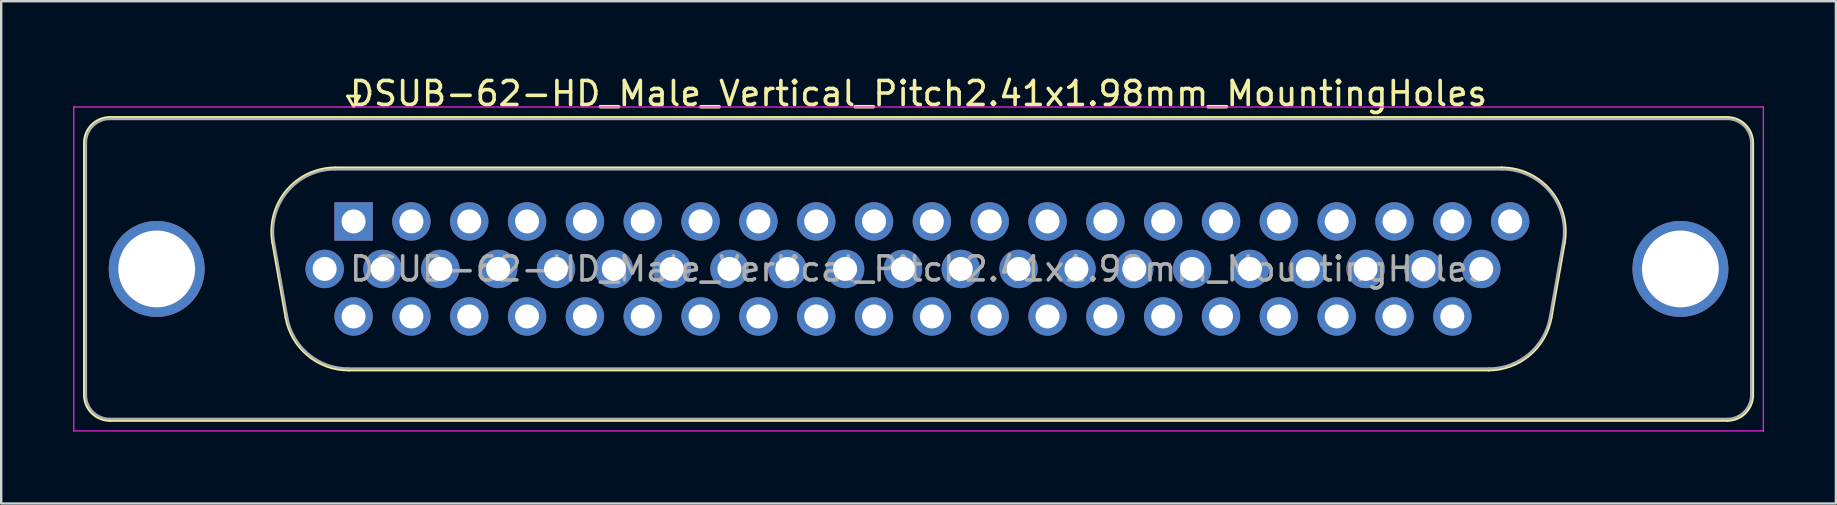
<source format=kicad_pcb>
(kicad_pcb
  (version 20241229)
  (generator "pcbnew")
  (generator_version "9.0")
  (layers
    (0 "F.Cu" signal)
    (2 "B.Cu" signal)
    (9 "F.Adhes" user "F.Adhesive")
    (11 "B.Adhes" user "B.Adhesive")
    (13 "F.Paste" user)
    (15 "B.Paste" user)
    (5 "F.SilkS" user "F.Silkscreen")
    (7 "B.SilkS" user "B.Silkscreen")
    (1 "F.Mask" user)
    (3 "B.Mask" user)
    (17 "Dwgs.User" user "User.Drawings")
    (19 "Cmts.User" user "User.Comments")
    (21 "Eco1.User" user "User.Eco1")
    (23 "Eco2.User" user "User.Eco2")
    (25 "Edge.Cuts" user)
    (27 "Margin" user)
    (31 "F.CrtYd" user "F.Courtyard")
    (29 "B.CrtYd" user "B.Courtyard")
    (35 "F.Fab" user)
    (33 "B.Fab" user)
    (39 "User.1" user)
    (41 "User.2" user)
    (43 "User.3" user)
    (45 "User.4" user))
  (footprint "DSUB-62-HD_Male_Vertical_Pitch2.41x1.98mm_MountingHoles"
    (layer "F.Cu")
    (at 11.685 6.178)
    (property "Reference" "DSUB-62-HD_Male_Vertical_Pitch2.41x1.98mm_MountingHoles" (at 23.545 -5.33 0) (layer "F.SilkS") (effects (font (size 1 1) (thickness 0.15))))
    (attr through_hole)
    (fp_line (start -11.215 7.23) (end -11.215 -3.27) (stroke (width 0.12) (type solid)) (layer "F.SilkS"))
    (fp_line (start -10.155 -4.33) (end 57.245 -4.33) (stroke (width 0.12) (type solid)) (layer "F.SilkS"))
    (fp_line (start -3.367 0.88) (end -2.816 4) (stroke (width 0.12) (type solid)) (layer "F.SilkS"))
    (fp_line (start -0.757 -2.23) (end 47.847 -2.23) (stroke (width 0.12) (type solid)) (layer "F.SilkS"))
    (fp_line (start -0.25 -5.224) (end 0.25 -5.224) (stroke (width 0.12) (type solid)) (layer "F.SilkS"))
    (fp_line (start -0.207 6.19) (end 47.297 6.19) (stroke (width 0.12) (type solid)) (layer "F.SilkS"))
    (fp_line (start 0 -4.791) (end -0.25 -5.224) (stroke (width 0.12) (type solid)) (layer "F.SilkS"))
    (fp_line (start 0.25 -5.224) (end 0 -4.791) (stroke (width 0.12) (type solid)) (layer "F.SilkS"))
    (fp_line (start 50.457 0.88) (end 49.906 4) (stroke (width 0.12) (type solid)) (layer "F.SilkS"))
    (fp_line (start 57.245 8.29) (end -10.155 8.29) (stroke (width 0.12) (type solid)) (layer "F.SilkS"))
    (fp_line (start 58.305 -3.27) (end 58.305 7.23) (stroke (width 0.12) (type solid)) (layer "F.SilkS"))
    (fp_arc (start -11.215 -3.27) (mid -10.904533 -4.019533) (end -10.155 -4.33) (stroke (width 0.12) (type solid)) (layer "F.SilkS"))
    (fp_arc (start -10.155 8.29) (mid -10.904533 7.979533) (end -11.215 7.23) (stroke (width 0.12) (type solid)) (layer "F.SilkS"))
    (fp_arc (start -3.366594 0.880168) (mid -2.786871 -1.283387) (end -0.756853 -2.23) (stroke (width 0.12) (type solid)) (layer "F.SilkS"))
    (fp_arc (start -0.206713 6.19) (mid -1.9101 5.570018) (end -2.816454 4.000168) (stroke (width 0.12) (type solid)) (layer "F.SilkS"))
    (fp_arc (start 47.846853 -2.23) (mid 49.876871 -1.283387) (end 50.456594 0.880168) (stroke (width 0.12) (type solid)) (layer "F.SilkS"))
    (fp_arc (start 49.906454 4.000168) (mid 49.0001 5.570018) (end 47.296713 6.19) (stroke (width 0.12) (type solid)) (layer "F.SilkS"))
    (fp_arc (start 57.245 -4.33) (mid 57.994533 -4.019533) (end 58.305 -3.27) (stroke (width 0.12) (type solid)) (layer "F.SilkS"))
    (fp_arc (start 58.305 7.23) (mid 57.994533 7.979533) (end 57.245 8.29) (stroke (width 0.12) (type solid)) (layer "F.SilkS"))
    (fp_line (start -11.66 -4.77) (end -11.66 8.73) (stroke (width 0.05) (type solid)) (layer "F.CrtYd"))
    (fp_line (start -11.66 8.73) (end 58.75 8.73) (stroke (width 0.05) (type solid)) (layer "F.CrtYd"))
    (fp_line (start 58.75 -4.77) (end -11.66 -4.77) (stroke (width 0.05) (type solid)) (layer "F.CrtYd"))
    (fp_line (start 58.75 8.73) (end 58.75 -4.77) (stroke (width 0.05) (type solid)) (layer "F.CrtYd"))
    (fp_line (start -11.155 7.23) (end -11.155 -3.27) (stroke (width 0.1) (type solid)) (layer "F.Fab"))
    (fp_line (start -10.155 -4.27) (end 57.245 -4.27) (stroke (width 0.1) (type solid)) (layer "F.Fab"))
    (fp_line (start -3.319 0.87) (end -2.769 3.99) (stroke (width 0.1) (type solid)) (layer "F.Fab"))
    (fp_line (start -0.768 -2.17) (end 47.858 -2.17) (stroke (width 0.1) (type solid)) (layer "F.Fab"))
    (fp_line (start -0.218 6.13) (end 47.308 6.13) (stroke (width 0.1) (type solid)) (layer "F.Fab"))
    (fp_line (start 50.409 0.87) (end 49.859 3.99) (stroke (width 0.1) (type solid)) (layer "F.Fab"))
    (fp_line (start 57.245 8.23) (end -10.155 8.23) (stroke (width 0.1) (type solid)) (layer "F.Fab"))
    (fp_line (start 58.245 -3.27) (end 58.245 7.23) (stroke (width 0.1) (type solid)) (layer "F.Fab"))
    (fp_arc (start -11.155 -3.27) (mid -10.862107 -3.977107) (end -10.155 -4.27) (stroke (width 0.1) (type solid)) (layer "F.Fab"))
    (fp_arc (start -10.155 8.23) (mid -10.862107 7.937107) (end -11.155 7.23) (stroke (width 0.1) (type solid)) (layer "F.Fab"))
    (fp_arc (start -3.31901 0.869749) (mid -2.752413 -1.24482) (end -0.768358 -2.17) (stroke (width 0.1) (type solid)) (layer "F.Fab"))
    (fp_arc (start -0.218218 6.13) (mid -1.883038 5.524055) (end -2.76887 3.989749) (stroke (width 0.1) (type solid)) (layer "F.Fab"))
    (fp_arc (start 47.858358 -2.17) (mid 49.842413 -1.24482) (end 50.40901 0.869749) (stroke (width 0.1) (type solid)) (layer "F.Fab"))
    (fp_arc (start 49.85887 3.989749) (mid 48.973038 5.524055) (end 47.308218 6.13) (stroke (width 0.1) (type solid)) (layer "F.Fab"))
    (fp_arc (start 57.245 -4.27) (mid 57.952107 -3.977107) (end 58.245 -3.27) (stroke (width 0.1) (type solid)) (layer "F.Fab"))
    (fp_arc (start 58.245 7.23) (mid 57.952107 7.937107) (end 57.245 8.23) (stroke (width 0.1) (type solid)) (layer "F.Fab"))
    (fp_text user "${REFERENCE}" (at 23.545 1.98 0) (layer "F.Fab") (effects (font (size 1 1) (thickness 0.15))))
    (pad "0" thru_hole circle (at -8.205 1.98) (size 4 4) (drill 3.2) (layers "*.Cu" "*.Mask"))
    (pad "0" thru_hole circle (at 55.295 1.98) (size 4 4) (drill 3.2) (layers "*.Cu" "*.Mask"))
    (pad "1" thru_hole rect (at 0 0) (size 1.6 1.6) (drill 1) (layers "*.Cu" "*.Mask"))
    (pad "2" thru_hole circle (at 2.41 0) (size 1.6 1.6) (drill 1) (layers "*.Cu" "*.Mask"))
    (pad "3" thru_hole circle (at 4.82 0) (size 1.6 1.6) (drill 1) (layers "*.Cu" "*.Mask"))
    (pad "4" thru_hole circle (at 7.23 0) (size 1.6 1.6) (drill 1) (layers "*.Cu" "*.Mask"))
    (pad "5" thru_hole circle (at 9.64 0) (size 1.6 1.6) (drill 1) (layers "*.Cu" "*.Mask"))
    (pad "6" thru_hole circle (at 12.05 0) (size 1.6 1.6) (drill 1) (layers "*.Cu" "*.Mask"))
    (pad "7" thru_hole circle (at 14.46 0) (size 1.6 1.6) (drill 1) (layers "*.Cu" "*.Mask"))
    (pad "8" thru_hole circle (at 16.87 0) (size 1.6 1.6) (drill 1) (layers "*.Cu" "*.Mask"))
    (pad "9" thru_hole circle (at 19.28 0) (size 1.6 1.6) (drill 1) (layers "*.Cu" "*.Mask"))
    (pad "10" thru_hole circle (at 21.69 0) (size 1.6 1.6) (drill 1) (layers "*.Cu" "*.Mask"))
    (pad "11" thru_hole circle (at 24.1 0) (size 1.6 1.6) (drill 1) (layers "*.Cu" "*.Mask"))
    (pad "12" thru_hole circle (at 26.51 0) (size 1.6 1.6) (drill 1) (layers "*.Cu" "*.Mask"))
    (pad "13" thru_hole circle (at 28.92 0) (size 1.6 1.6) (drill 1) (layers "*.Cu" "*.Mask"))
    (pad "14" thru_hole circle (at 31.33 0) (size 1.6 1.6) (drill 1) (layers "*.Cu" "*.Mask"))
    (pad "15" thru_hole circle (at 33.74 0) (size 1.6 1.6) (drill 1) (layers "*.Cu" "*.Mask"))
    (pad "16" thru_hole circle (at 36.15 0) (size 1.6 1.6) (drill 1) (layers "*.Cu" "*.Mask"))
    (pad "17" thru_hole circle (at 38.56 0) (size 1.6 1.6) (drill 1) (layers "*.Cu" "*.Mask"))
    (pad "18" thru_hole circle (at 40.97 0) (size 1.6 1.6) (drill 1) (layers "*.Cu" "*.Mask"))
    (pad "19" thru_hole circle (at 43.38 0) (size 1.6 1.6) (drill 1) (layers "*.Cu" "*.Mask"))
    (pad "20" thru_hole circle (at 45.79 0) (size 1.6 1.6) (drill 1) (layers "*.Cu" "*.Mask"))
    (pad "21" thru_hole circle (at 48.2 0) (size 1.6 1.6) (drill 1) (layers "*.Cu" "*.Mask"))
    (pad "22" thru_hole circle (at -1.205 1.98) (size 1.6 1.6) (drill 1) (layers "*.Cu" "*.Mask"))
    (pad "23" thru_hole circle (at 1.205 1.98) (size 1.6 1.6) (drill 1) (layers "*.Cu" "*.Mask"))
    (pad "24" thru_hole circle (at 3.615 1.98) (size 1.6 1.6) (drill 1) (layers "*.Cu" "*.Mask"))
    (pad "25" thru_hole circle (at 6.025 1.98) (size 1.6 1.6) (drill 1) (layers "*.Cu" "*.Mask"))
    (pad "26" thru_hole circle (at 8.435 1.98) (size 1.6 1.6) (drill 1) (layers "*.Cu" "*.Mask"))
    (pad "27" thru_hole circle (at 10.845 1.98) (size 1.6 1.6) (drill 1) (layers "*.Cu" "*.Mask"))
    (pad "28" thru_hole circle (at 13.255 1.98) (size 1.6 1.6) (drill 1) (layers "*.Cu" "*.Mask"))
    (pad "29" thru_hole circle (at 15.665 1.98) (size 1.6 1.6) (drill 1) (layers "*.Cu" "*.Mask"))
    (pad "30" thru_hole circle (at 18.075 1.98) (size 1.6 1.6) (drill 1) (layers "*.Cu" "*.Mask"))
    (pad "31" thru_hole circle (at 20.485 1.98) (size 1.6 1.6) (drill 1) (layers "*.Cu" "*.Mask"))
    (pad "32" thru_hole circle (at 22.895 1.98) (size 1.6 1.6) (drill 1) (layers "*.Cu" "*.Mask"))
    (pad "33" thru_hole circle (at 25.305 1.98) (size 1.6 1.6) (drill 1) (layers "*.Cu" "*.Mask"))
    (pad "34" thru_hole circle (at 27.715 1.98) (size 1.6 1.6) (drill 1) (layers "*.Cu" "*.Mask"))
    (pad "35" thru_hole circle (at 30.125 1.98) (size 1.6 1.6) (drill 1) (layers "*.Cu" "*.Mask"))
    (pad "36" thru_hole circle (at 32.535 1.98) (size 1.6 1.6) (drill 1) (layers "*.Cu" "*.Mask"))
    (pad "37" thru_hole circle (at 34.945 1.98) (size 1.6 1.6) (drill 1) (layers "*.Cu" "*.Mask"))
    (pad "38" thru_hole circle (at 37.355 1.98) (size 1.6 1.6) (drill 1) (layers "*.Cu" "*.Mask"))
    (pad "39" thru_hole circle (at 39.765 1.98) (size 1.6 1.6) (drill 1) (layers "*.Cu" "*.Mask"))
    (pad "40" thru_hole circle (at 42.175 1.98) (size 1.6 1.6) (drill 1) (layers "*.Cu" "*.Mask"))
    (pad "41" thru_hole circle (at 44.585 1.98) (size 1.6 1.6) (drill 1) (layers "*.Cu" "*.Mask"))
    (pad "42" thru_hole circle (at 46.995 1.98) (size 1.6 1.6) (drill 1) (layers "*.Cu" "*.Mask"))
    (pad "43" thru_hole circle (at 0 3.96) (size 1.6 1.6) (drill 1) (layers "*.Cu" "*.Mask"))
    (pad "44" thru_hole circle (at 2.41 3.96) (size 1.6 1.6) (drill 1) (layers "*.Cu" "*.Mask"))
    (pad "45" thru_hole circle (at 4.82 3.96) (size 1.6 1.6) (drill 1) (layers "*.Cu" "*.Mask"))
    (pad "46" thru_hole circle (at 7.23 3.96) (size 1.6 1.6) (drill 1) (layers "*.Cu" "*.Mask"))
    (pad "47" thru_hole circle (at 9.64 3.96) (size 1.6 1.6) (drill 1) (layers "*.Cu" "*.Mask"))
    (pad "48" thru_hole circle (at 12.05 3.96) (size 1.6 1.6) (drill 1) (layers "*.Cu" "*.Mask"))
    (pad "49" thru_hole circle (at 14.46 3.96) (size 1.6 1.6) (drill 1) (layers "*.Cu" "*.Mask"))
    (pad "50" thru_hole circle (at 16.87 3.96) (size 1.6 1.6) (drill 1) (layers "*.Cu" "*.Mask"))
    (pad "51" thru_hole circle (at 19.28 3.96) (size 1.6 1.6) (drill 1) (layers "*.Cu" "*.Mask"))
    (pad "52" thru_hole circle (at 21.69 3.96) (size 1.6 1.6) (drill 1) (layers "*.Cu" "*.Mask"))
    (pad "53" thru_hole circle (at 24.1 3.96) (size 1.6 1.6) (drill 1) (layers "*.Cu" "*.Mask"))
    (pad "54" thru_hole circle (at 26.51 3.96) (size 1.6 1.6) (drill 1) (layers "*.Cu" "*.Mask"))
    (pad "55" thru_hole circle (at 28.92 3.96) (size 1.6 1.6) (drill 1) (layers "*.Cu" "*.Mask"))
    (pad "56" thru_hole circle (at 31.33 3.96) (size 1.6 1.6) (drill 1) (layers "*.Cu" "*.Mask"))
    (pad "57" thru_hole circle (at 33.74 3.96) (size 1.6 1.6) (drill 1) (layers "*.Cu" "*.Mask"))
    (pad "58" thru_hole circle (at 36.15 3.96) (size 1.6 1.6) (drill 1) (layers "*.Cu" "*.Mask"))
    (pad "59" thru_hole circle (at 38.56 3.96) (size 1.6 1.6) (drill 1) (layers "*.Cu" "*.Mask"))
    (pad "60" thru_hole circle (at 40.97 3.96) (size 1.6 1.6) (drill 1) (layers "*.Cu" "*.Mask"))
    (pad "61" thru_hole circle (at 43.38 3.96) (size 1.6 1.6) (drill 1) (layers "*.Cu" "*.Mask"))
    (pad "62" thru_hole circle (at 45.79 3.96) (size 1.6 1.6) (drill 1) (layers "*.Cu" "*.Mask")))
  (gr_rect
    (start -3 -3)
    (end 73.46 17.933)
    (stroke (width 0.1) (type default))
    (fill no)
    (layer "Edge.Cuts")))
</source>
